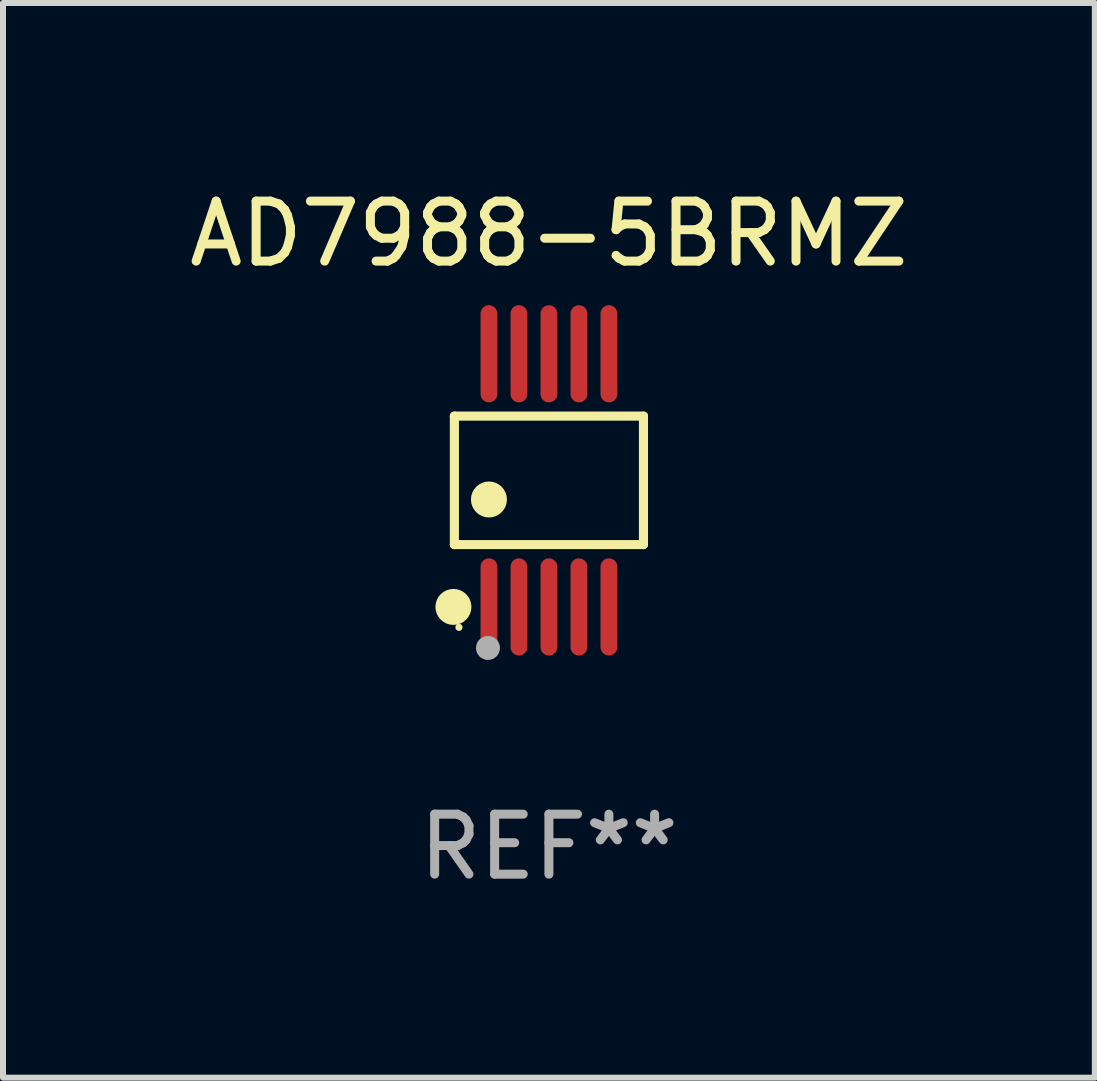
<source format=kicad_pcb>
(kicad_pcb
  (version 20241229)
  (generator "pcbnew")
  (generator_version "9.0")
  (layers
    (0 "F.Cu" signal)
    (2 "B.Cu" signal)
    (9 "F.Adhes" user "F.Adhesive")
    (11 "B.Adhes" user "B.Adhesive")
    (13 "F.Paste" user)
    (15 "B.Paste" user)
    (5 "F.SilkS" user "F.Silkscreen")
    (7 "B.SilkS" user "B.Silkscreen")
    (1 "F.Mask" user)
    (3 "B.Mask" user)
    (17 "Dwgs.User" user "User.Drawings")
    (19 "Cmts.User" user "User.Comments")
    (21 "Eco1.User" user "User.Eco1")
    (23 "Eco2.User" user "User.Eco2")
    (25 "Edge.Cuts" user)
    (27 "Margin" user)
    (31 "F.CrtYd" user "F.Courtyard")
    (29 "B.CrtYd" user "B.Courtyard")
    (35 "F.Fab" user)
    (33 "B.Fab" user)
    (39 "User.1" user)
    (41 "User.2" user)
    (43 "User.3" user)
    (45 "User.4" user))
  (footprint "AD7988-5BRMZ"
    (layer "F.Cu")
    (at 6.101 4.958)
    (property "Reference" "AD7988-5BRMZ" (at 0 -4.11 0) (layer "F.SilkS") (effects (font (size 1 1) (thickness 0.15))))
    (attr through_hole)
    (fp_line (start -1.576 -1.071) (end 1.576 -1.071) (stroke (width 0.152) (type solid)) (layer "F.SilkS"))
    (fp_line (start -1.576 1.071) (end -1.576 -1.071) (stroke (width 0.152) (type solid)) (layer "F.SilkS"))
    (fp_line (start 1.576 -1.071) (end 1.576 1.071) (stroke (width 0.152) (type solid)) (layer "F.SilkS"))
    (fp_line (start 1.576 1.071) (end -1.576 1.071) (stroke (width 0.152) (type solid)) (layer "F.SilkS"))
    (fp_circle (center -1.592 2.11) (end -1.442 2.11) (stroke (width 0.3) (type solid)) (fill no) (layer "F.SilkS"))
    (fp_circle (center -1.5 2.45) (end -1.47 2.45) (stroke (width 0.06) (type solid)) (fill no) (layer "F.SilkS"))
    (fp_circle (center -1 0.319) (end -0.85 0.319) (stroke (width 0.3) (type solid)) (fill no) (layer "F.SilkS"))
    (fp_circle (center -1.016 2.794) (end -0.916 2.794) (stroke (width 0.2) (type solid)) (fill no) (layer "F.Fab"))
    (fp_text user "REF**" (at 0 6.11 0) (layer "F.Fab") (effects (font (size 1 1) (thickness 0.15))))
    (pad "1" smd oval (at -1 2.11) (size 0.28 1.62) (layers "F.Cu" "F.Mask" "F.Paste"))
    (pad "2" smd oval (at -0.5 2.11) (size 0.28 1.62) (layers "F.Cu" "F.Mask" "F.Paste"))
    (pad "3" smd oval (at 0 2.11) (size 0.28 1.62) (layers "F.Cu" "F.Mask" "F.Paste"))
    (pad "4" smd oval (at 0.5 2.11) (size 0.28 1.62) (layers "F.Cu" "F.Mask" "F.Paste"))
    (pad "5" smd oval (at 1 2.11) (size 0.28 1.62) (layers "F.Cu" "F.Mask" "F.Paste"))
    (pad "6" smd oval (at 1 -2.11) (size 0.28 1.62) (layers "F.Cu" "F.Mask" "F.Paste"))
    (pad "7" smd oval (at 0.5 -2.11) (size 0.28 1.62) (layers "F.Cu" "F.Mask" "F.Paste"))
    (pad "8" smd oval (at 0 -2.11) (size 0.28 1.62) (layers "F.Cu" "F.Mask" "F.Paste"))
    (pad "9" smd oval (at -0.5 -2.11) (size 0.28 1.62) (layers "F.Cu" "F.Mask" "F.Paste"))
    (pad "10" smd oval (at -1 -2.11) (size 0.28 1.62) (layers "F.Cu" "F.Mask" "F.Paste")))
  (gr_rect
    (start -3 -3)
    (end 15.202 14.916)
    (stroke (width 0.1) (type default))
    (fill no)
    (layer "Edge.Cuts")))
</source>
